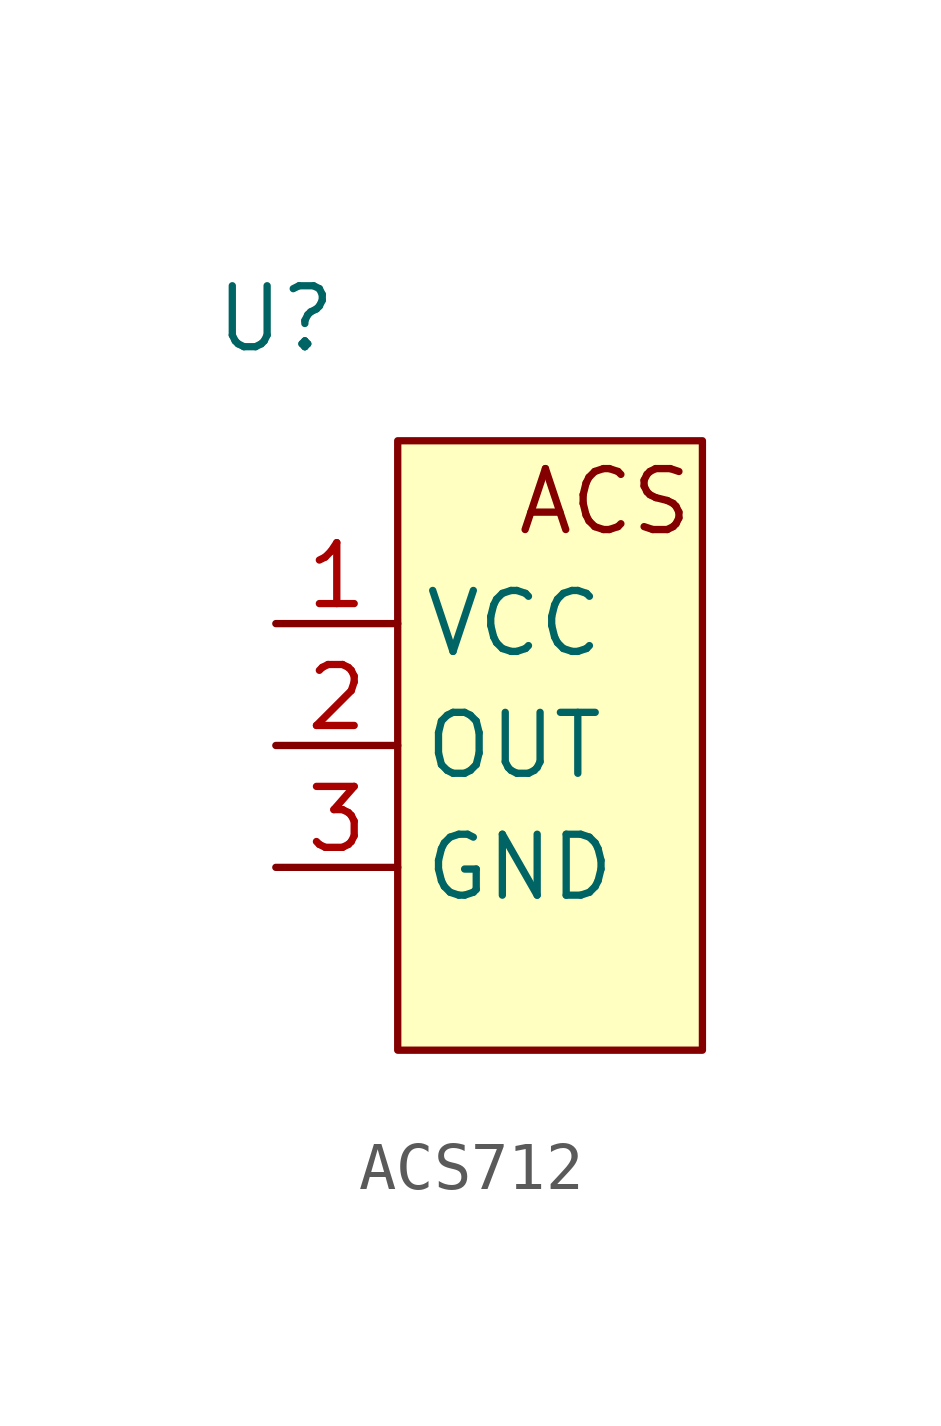
<source format=kicad_sym>
(kicad_symbol_lib
  (version 20241209)
  (generator "kicad_symbol_editor")
  (generator_version "9.0")
  (symbol "ACS712"
    (property "Reference" "U"
      (at 0 0 0)
      (effects (font (size 1.27 1.27))))
    (property "Value" ""
      (at 0 0 0)
      (effects (font (size 1.27 1.27))))
    (symbol "ACS712_1_1"
      (rectangle (start 2.54 -2.54) (end 8.89 -15.24) (stroke (width 0) (type solid)) (fill (type background)))
      (text "ACS" (at 6.858 -3.81 0) (effects (font (size 1.27 1.27))))
      (pin input line (at 0 -6.35 0) (length 2.54) (name "VCC" (effects (font (size 1.27 1.27)))) (number "1" (effects (font (size 1.27 1.27)))))
      (pin input line (at 0 -8.89 0) (length 2.54) (name "OUT" (effects (font (size 1.27 1.27)))) (number "2" (effects (font (size 1.27 1.27)))))
      (pin input line (at 0 -11.43 0) (length 2.54) (name "GND" (effects (font (size 1.27 1.27)))) (number "3" (effects (font (size 1.27 1.27))))))))
</source>
